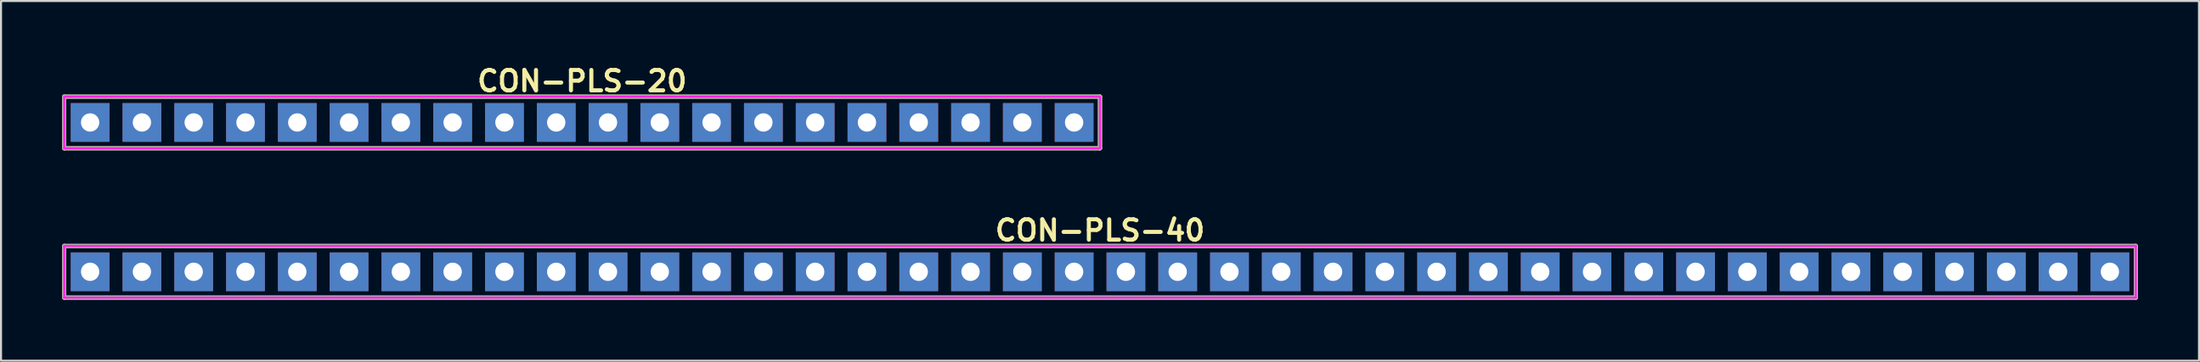
<source format=kicad_pcb>
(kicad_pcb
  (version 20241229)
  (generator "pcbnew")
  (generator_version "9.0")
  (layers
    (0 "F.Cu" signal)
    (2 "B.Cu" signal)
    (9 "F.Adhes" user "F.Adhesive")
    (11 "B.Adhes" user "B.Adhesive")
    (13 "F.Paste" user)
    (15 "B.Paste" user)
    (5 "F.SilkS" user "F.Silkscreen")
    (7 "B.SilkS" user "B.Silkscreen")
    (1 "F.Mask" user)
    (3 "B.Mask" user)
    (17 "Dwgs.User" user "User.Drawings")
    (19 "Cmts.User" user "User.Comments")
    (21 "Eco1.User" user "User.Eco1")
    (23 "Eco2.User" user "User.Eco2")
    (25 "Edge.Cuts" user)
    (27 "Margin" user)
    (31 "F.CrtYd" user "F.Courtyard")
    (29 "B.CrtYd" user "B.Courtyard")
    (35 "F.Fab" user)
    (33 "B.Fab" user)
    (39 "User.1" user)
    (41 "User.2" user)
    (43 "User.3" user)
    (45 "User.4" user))
  (footprint "CON-PLS-20"
    (layer "F.Cu")
    (at 25.5 2.968)
    (property "Reference" "CON-PLS-20" (at 0 -2.032 0) (layer "F.SilkS") (effects (font (size 1 1) (thickness 0.2))))
    (attr through_hole)
    (fp_line (start -25.4 -1.27) (end -25.4 1.27) (stroke (width 0.2) (type solid)) (layer "F.SilkS"))
    (fp_line (start -25.4 -1.27) (end 25.4 -1.27) (stroke (width 0.2) (type solid)) (layer "F.SilkS"))
    (fp_line (start -25.4 1.27) (end 25.4 1.27) (stroke (width 0.2) (type solid)) (layer "F.SilkS"))
    (fp_line (start 25.4 -1.27) (end 25.4 1.27) (stroke (width 0.2) (type solid)) (layer "F.SilkS"))
    (fp_line (start -25.4 -1.27) (end -25.4 1.27) (stroke (width 0.1) (type solid)) (layer "F.CrtYd"))
    (fp_line (start -25.4 -1.27) (end 25.4 -1.27) (stroke (width 0.1) (type solid)) (layer "F.CrtYd"))
    (fp_line (start -25.4 1.27) (end 25.4 1.27) (stroke (width 0.1) (type solid)) (layer "F.CrtYd"))
    (fp_line (start 25.4 -1.27) (end 25.4 1.27) (stroke (width 0.1) (type solid)) (layer "F.CrtYd"))
    (fp_line (start -25.4 -1.27) (end -25.4 1.27) (stroke (width 0.2) (type solid)) (layer "F.Fab"))
    (fp_line (start -25.4 -1.27) (end 25.4 -1.27) (stroke (width 0.2) (type solid)) (layer "F.Fab"))
    (fp_line (start -25.4 1.27) (end 25.4 1.27) (stroke (width 0.2) (type solid)) (layer "F.Fab"))
    (fp_line (start 25.4 -1.27) (end 25.4 1.27) (stroke (width 0.2) (type solid)) (layer "F.Fab"))
    (pad "1" thru_hole rect (at -24.13 0) (size 1.9 1.9) (drill 0.9) (layers "B.Cu" "B.Mask"))
    (pad "2" thru_hole rect (at -21.59 0) (size 1.9 1.9) (drill 0.9) (layers "B.Cu" "B.Mask"))
    (pad "3" thru_hole rect (at -19.05 0) (size 1.9 1.9) (drill 0.9) (layers "B.Cu" "B.Mask"))
    (pad "4" thru_hole rect (at -16.51 0) (size 1.9 1.9) (drill 0.9) (layers "B.Cu" "B.Mask"))
    (pad "5" thru_hole rect (at -13.97 0) (size 1.9 1.9) (drill 0.9) (layers "B.Cu" "B.Mask"))
    (pad "6" thru_hole rect (at -11.43 0) (size 1.9 1.9) (drill 0.9) (layers "B.Cu" "B.Mask"))
    (pad "7" thru_hole rect (at -8.89 0) (size 1.9 1.9) (drill 0.9) (layers "B.Cu" "B.Mask"))
    (pad "8" thru_hole rect (at -6.35 0) (size 1.9 1.9) (drill 0.9) (layers "B.Cu" "B.Mask"))
    (pad "9" thru_hole rect (at -3.81 0) (size 1.9 1.9) (drill 0.9) (layers "B.Cu" "B.Mask"))
    (pad "10" thru_hole rect (at -1.27 0) (size 1.9 1.9) (drill 0.9) (layers "B.Cu" "B.Mask"))
    (pad "11" thru_hole rect (at 1.27 0) (size 1.9 1.9) (drill 0.9) (layers "B.Cu" "B.Mask"))
    (pad "12" thru_hole rect (at 3.81 0) (size 1.9 1.9) (drill 0.9) (layers "B.Cu" "B.Mask"))
    (pad "13" thru_hole rect (at 6.35 0) (size 1.9 1.9) (drill 0.9) (layers "B.Cu" "B.Mask"))
    (pad "14" thru_hole rect (at 8.89 0) (size 1.9 1.9) (drill 0.9) (layers "B.Cu" "B.Mask"))
    (pad "15" thru_hole rect (at 11.43 0) (size 1.9 1.9) (drill 0.9) (layers "B.Cu" "B.Mask"))
    (pad "16" thru_hole rect (at 13.97 0) (size 1.9 1.9) (drill 0.9) (layers "B.Cu" "B.Mask"))
    (pad "17" thru_hole rect (at 16.51 0) (size 1.9 1.9) (drill 0.9) (layers "B.Cu" "B.Mask"))
    (pad "18" thru_hole rect (at 19.05 0) (size 1.9 1.9) (drill 0.9) (layers "B.Cu" "B.Mask"))
    (pad "19" thru_hole rect (at 21.59 0) (size 1.9 1.9) (drill 0.9) (layers "B.Cu" "B.Mask"))
    (pad "20" thru_hole rect (at 24.13 0) (size 1.9 1.9) (drill 0.9) (layers "B.Cu" "B.Mask")))
  (footprint "CON-PLS-40"
    (layer "F.Cu")
    (at 50.9 10.306)
    (property "Reference" "CON-PLS-40" (at 0 -2.032 0) (layer "F.SilkS") (effects (font (size 1 1) (thickness 0.2))))
    (attr through_hole)
    (fp_line (start -50.8 -1.27) (end -50.8 1.27) (stroke (width 0.2) (type solid)) (layer "F.SilkS"))
    (fp_line (start -50.8 -1.27) (end 50.8 -1.27) (stroke (width 0.2) (type solid)) (layer "F.SilkS"))
    (fp_line (start -50.8 1.27) (end 50.8 1.27) (stroke (width 0.2) (type solid)) (layer "F.SilkS"))
    (fp_line (start 50.8 -1.27) (end 50.8 1.27) (stroke (width 0.2) (type solid)) (layer "F.SilkS"))
    (fp_line (start -50.8 -1.27) (end -50.8 1.27) (stroke (width 0.1) (type solid)) (layer "F.CrtYd"))
    (fp_line (start -50.8 -1.27) (end 50.8 -1.27) (stroke (width 0.1) (type solid)) (layer "F.CrtYd"))
    (fp_line (start -50.8 1.27) (end 50.8 1.27) (stroke (width 0.1) (type solid)) (layer "F.CrtYd"))
    (fp_line (start 50.8 -1.27) (end 50.8 1.27) (stroke (width 0.1) (type solid)) (layer "F.CrtYd"))
    (fp_line (start -50.8 -1.27) (end -50.8 1.27) (stroke (width 0.2) (type solid)) (layer "F.Fab"))
    (fp_line (start -50.8 -1.27) (end 50.8 -1.27) (stroke (width 0.2) (type solid)) (layer "F.Fab"))
    (fp_line (start -50.8 1.27) (end 50.8 1.27) (stroke (width 0.2) (type solid)) (layer "F.Fab"))
    (fp_line (start 50.8 -1.27) (end 50.8 1.27) (stroke (width 0.2) (type solid)) (layer "F.Fab"))
    (pad "1" thru_hole rect (at -49.53 0) (size 1.9 1.9) (drill 0.9) (layers "B.Cu" "B.Mask"))
    (pad "2" thru_hole rect (at -46.99 0) (size 1.9 1.9) (drill 0.9) (layers "B.Cu" "B.Mask"))
    (pad "3" thru_hole rect (at -44.45 0) (size 1.9 1.9) (drill 0.9) (layers "B.Cu" "B.Mask"))
    (pad "4" thru_hole rect (at -41.91 0) (size 1.9 1.9) (drill 0.9) (layers "B.Cu" "B.Mask"))
    (pad "5" thru_hole rect (at -39.37 0) (size 1.9 1.9) (drill 0.9) (layers "B.Cu" "B.Mask"))
    (pad "6" thru_hole rect (at -36.83 0) (size 1.9 1.9) (drill 0.9) (layers "B.Cu" "B.Mask"))
    (pad "7" thru_hole rect (at -34.29 0) (size 1.9 1.9) (drill 0.9) (layers "B.Cu" "B.Mask"))
    (pad "8" thru_hole rect (at -31.75 0) (size 1.9 1.9) (drill 0.9) (layers "B.Cu" "B.Mask"))
    (pad "9" thru_hole rect (at -29.21 0) (size 1.9 1.9) (drill 0.9) (layers "B.Cu" "B.Mask"))
    (pad "10" thru_hole rect (at -26.67 0) (size 1.9 1.9) (drill 0.9) (layers "B.Cu" "B.Mask"))
    (pad "11" thru_hole rect (at -24.13 0) (size 1.9 1.9) (drill 0.9) (layers "B.Cu" "B.Mask"))
    (pad "12" thru_hole rect (at -21.59 0) (size 1.9 1.9) (drill 0.9) (layers "B.Cu" "B.Mask"))
    (pad "13" thru_hole rect (at -19.05 0) (size 1.9 1.9) (drill 0.9) (layers "B.Cu" "B.Mask"))
    (pad "14" thru_hole rect (at -16.51 0) (size 1.9 1.9) (drill 0.9) (layers "B.Cu" "B.Mask"))
    (pad "15" thru_hole rect (at -13.97 0) (size 1.9 1.9) (drill 0.9) (layers "B.Cu" "B.Mask"))
    (pad "16" thru_hole rect (at -11.43 0) (size 1.9 1.9) (drill 0.9) (layers "B.Cu" "B.Mask"))
    (pad "17" thru_hole rect (at -8.89 0) (size 1.9 1.9) (drill 0.9) (layers "B.Cu" "B.Mask"))
    (pad "18" thru_hole rect (at -6.35 0) (size 1.9 1.9) (drill 0.9) (layers "B.Cu" "B.Mask"))
    (pad "19" thru_hole rect (at -3.81 0) (size 1.9 1.9) (drill 0.9) (layers "B.Cu" "B.Mask"))
    (pad "20" thru_hole rect (at -1.27 0) (size 1.9 1.9) (drill 0.9) (layers "B.Cu" "B.Mask"))
    (pad "21" thru_hole rect (at 1.27 0) (size 1.9 1.9) (drill 0.9) (layers "B.Cu" "B.Mask"))
    (pad "22" thru_hole rect (at 3.81 0) (size 1.9 1.9) (drill 0.9) (layers "B.Cu" "B.Mask"))
    (pad "23" thru_hole rect (at 6.35 0) (size 1.9 1.9) (drill 0.9) (layers "B.Cu" "B.Mask"))
    (pad "24" thru_hole rect (at 8.89 0) (size 1.9 1.9) (drill 0.9) (layers "B.Cu" "B.Mask"))
    (pad "25" thru_hole rect (at 11.43 0) (size 1.9 1.9) (drill 0.9) (layers "B.Cu" "B.Mask"))
    (pad "26" thru_hole rect (at 13.97 0) (size 1.9 1.9) (drill 0.9) (layers "B.Cu" "B.Mask"))
    (pad "27" thru_hole rect (at 16.51 0) (size 1.9 1.9) (drill 0.9) (layers "B.Cu" "B.Mask"))
    (pad "28" thru_hole rect (at 19.05 0) (size 1.9 1.9) (drill 0.9) (layers "B.Cu" "B.Mask"))
    (pad "29" thru_hole rect (at 21.59 0) (size 1.9 1.9) (drill 0.9) (layers "B.Cu" "B.Mask"))
    (pad "30" thru_hole rect (at 24.13 0) (size 1.9 1.9) (drill 0.9) (layers "B.Cu" "B.Mask"))
    (pad "31" thru_hole rect (at 26.67 0) (size 1.9 1.9) (drill 0.9) (layers "B.Cu" "B.Mask"))
    (pad "32" thru_hole rect (at 29.21 0) (size 1.9 1.9) (drill 0.9) (layers "B.Cu" "B.Mask"))
    (pad "33" thru_hole rect (at 31.75 0) (size 1.9 1.9) (drill 0.9) (layers "B.Cu" "B.Mask"))
    (pad "34" thru_hole rect (at 34.29 0) (size 1.9 1.9) (drill 0.9) (layers "B.Cu" "B.Mask"))
    (pad "35" thru_hole rect (at 36.83 0) (size 1.9 1.9) (drill 0.9) (layers "B.Cu" "B.Mask"))
    (pad "36" thru_hole rect (at 39.37 0) (size 1.9 1.9) (drill 0.9) (layers "B.Cu" "B.Mask"))
    (pad "37" thru_hole rect (at 41.91 0) (size 1.9 1.9) (drill 0.9) (layers "B.Cu" "B.Mask"))
    (pad "38" thru_hole rect (at 44.45 0) (size 1.9 1.9) (drill 0.9) (layers "B.Cu" "B.Mask"))
    (pad "39" thru_hole rect (at 46.99 0) (size 1.9 1.9) (drill 0.9) (layers "B.Cu" "B.Mask"))
    (pad "40" thru_hole rect (at 49.53 0) (size 1.9 1.9) (drill 0.9) (layers "B.Cu" "B.Mask")))
  (gr_rect
    (start -3 -3)
    (end 104.8 14.676)
    (stroke (width 0.1) (type default))
    (fill no)
    (layer "Edge.Cuts")))
</source>
